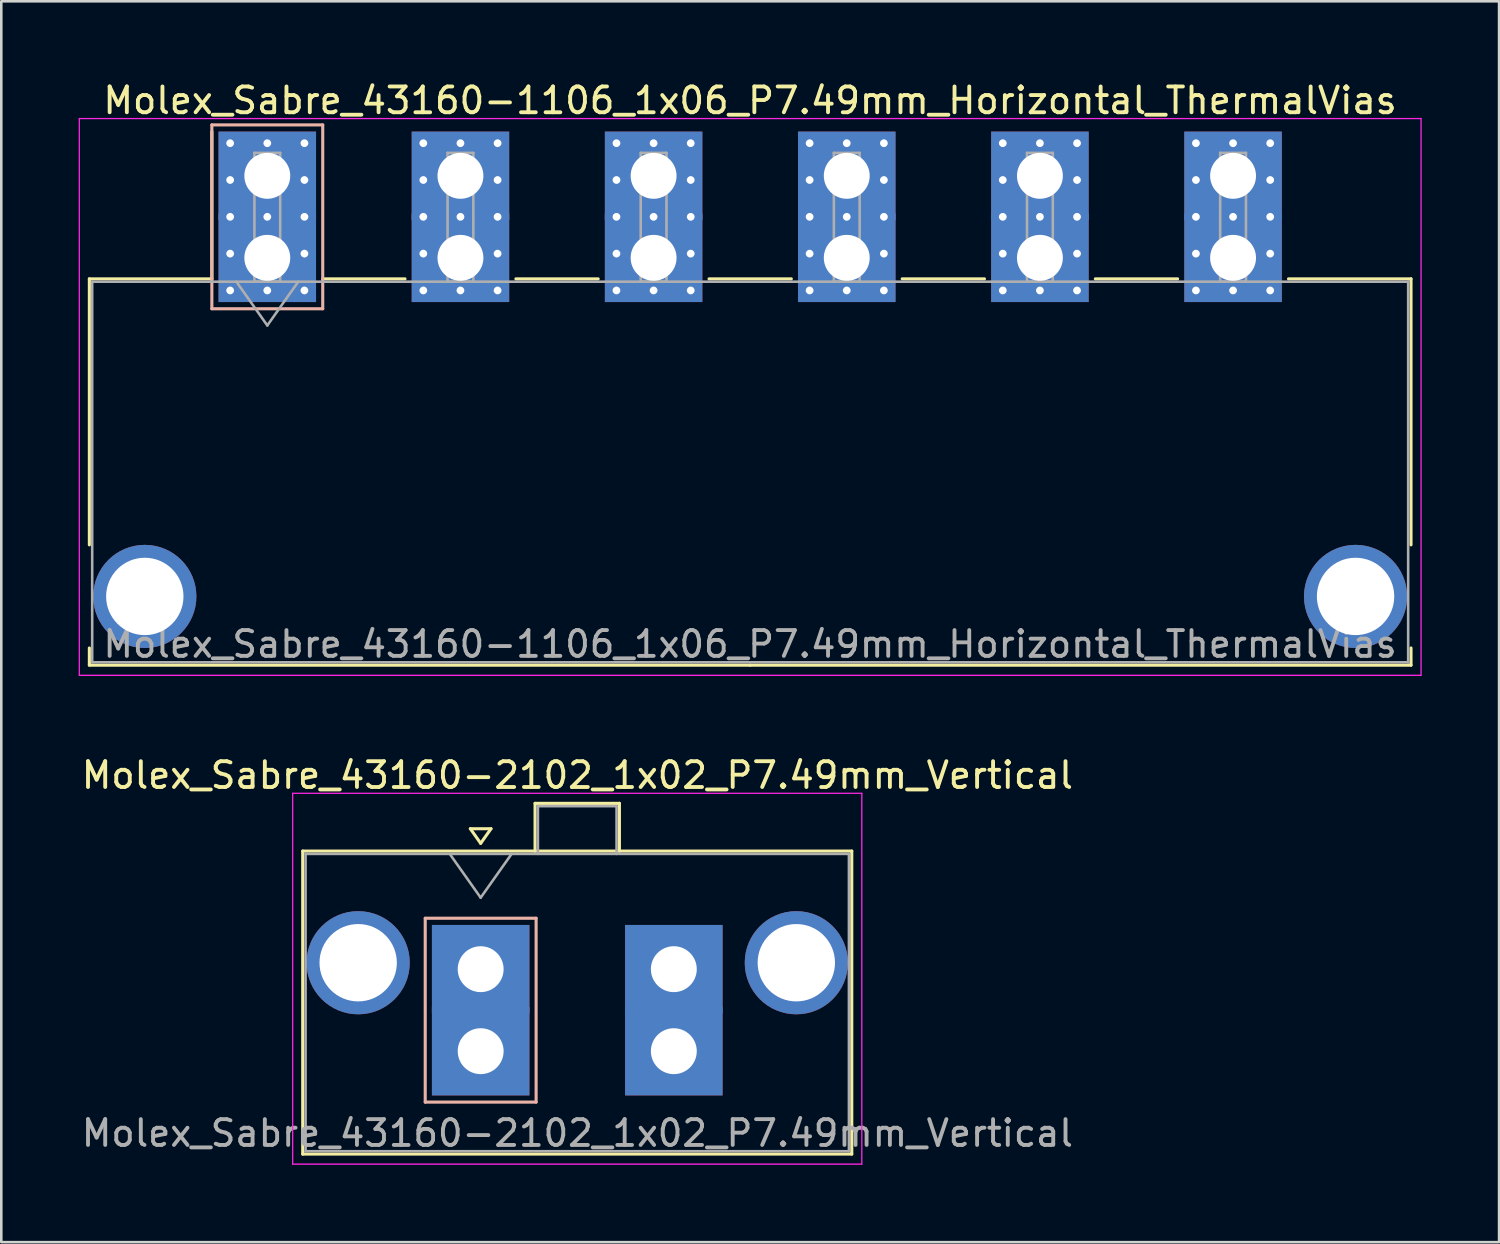
<source format=kicad_pcb>
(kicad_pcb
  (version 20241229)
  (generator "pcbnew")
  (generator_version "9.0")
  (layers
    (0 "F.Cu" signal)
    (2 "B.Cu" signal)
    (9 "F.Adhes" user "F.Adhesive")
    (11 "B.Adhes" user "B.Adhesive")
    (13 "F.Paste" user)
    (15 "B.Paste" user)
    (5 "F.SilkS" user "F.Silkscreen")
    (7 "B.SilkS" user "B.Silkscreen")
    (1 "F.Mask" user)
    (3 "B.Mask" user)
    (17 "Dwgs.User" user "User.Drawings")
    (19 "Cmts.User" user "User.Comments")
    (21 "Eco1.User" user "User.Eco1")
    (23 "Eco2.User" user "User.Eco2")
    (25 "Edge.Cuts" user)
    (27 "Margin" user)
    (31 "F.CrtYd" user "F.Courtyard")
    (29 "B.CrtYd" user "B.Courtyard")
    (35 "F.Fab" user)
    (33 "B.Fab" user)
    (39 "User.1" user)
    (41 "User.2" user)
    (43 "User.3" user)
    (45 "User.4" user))
  (footprint "Molex_Sabre_43160-2102_1x02_P7.49mm_Vertical"
    (layer "F.Cu")
    (at 15.589 37.712)
    (property "Reference" "Molex_Sabre_43160-2102_1x02_P7.49mm_Vertical" (at 3.75 -10.7 0) (layer "F.SilkS") (effects (font (size 1 1) (thickness 0.15))))
    (attr through_hole)
    (fp_line (start -6.9 -7.76) (end -6.9 3.99) (stroke (width 0.12) (type solid)) (layer "F.SilkS"))
    (fp_line (start -6.9 3.99) (end 14.39 3.99) (stroke (width 0.12) (type solid)) (layer "F.SilkS"))
    (fp_line (start -0.4 -8.626) (end 0 -8.06) (stroke (width 0.12) (type solid)) (layer "F.SilkS"))
    (fp_line (start 0 -8.06) (end 0.4 -8.626) (stroke (width 0.12) (type solid)) (layer "F.SilkS"))
    (fp_line (start 0.4 -8.626) (end -0.4 -8.626) (stroke (width 0.12) (type solid)) (layer "F.SilkS"))
    (fp_line (start 2.11 -9.61) (end 5.38 -9.61) (stroke (width 0.12) (type solid)) (layer "F.SilkS"))
    (fp_line (start 2.11 -7.76) (end 2.11 -9.61) (stroke (width 0.12) (type solid)) (layer "F.SilkS"))
    (fp_line (start 5.38 -9.61) (end 5.38 -7.76) (stroke (width 0.12) (type solid)) (layer "F.SilkS"))
    (fp_line (start 14.39 -7.76) (end -6.9 -7.76) (stroke (width 0.12) (type solid)) (layer "F.SilkS"))
    (fp_line (start 14.39 3.99) (end 14.39 -7.76) (stroke (width 0.12) (type solid)) (layer "F.SilkS"))
    (fp_line (start -2.15 -5.155) (end -2.15 1.975) (stroke (width 0.12) (type solid)) (layer "B.SilkS"))
    (fp_line (start -2.15 1.975) (end 2.15 1.975) (stroke (width 0.12) (type solid)) (layer "B.SilkS"))
    (fp_line (start 2.15 -5.155) (end -2.15 -5.155) (stroke (width 0.12) (type solid)) (layer "B.SilkS"))
    (fp_line (start 2.15 1.975) (end 2.15 -5.155) (stroke (width 0.12) (type solid)) (layer "B.SilkS"))
    (fp_line (start -7.29 -10) (end -7.29 4.38) (stroke (width 0.05) (type solid)) (layer "F.CrtYd"))
    (fp_line (start -7.29 4.38) (end 14.78 4.38) (stroke (width 0.05) (type solid)) (layer "F.CrtYd"))
    (fp_line (start 14.78 -10) (end -7.29 -10) (stroke (width 0.05) (type solid)) (layer "F.CrtYd"))
    (fp_line (start 14.78 4.38) (end 14.78 -10) (stroke (width 0.05) (type solid)) (layer "F.CrtYd"))
    (fp_line (start -6.79 -7.65) (end -6.79 3.88) (stroke (width 0.1) (type solid)) (layer "F.Fab"))
    (fp_line (start -6.79 3.88) (end 14.28 3.88) (stroke (width 0.1) (type solid)) (layer "F.Fab"))
    (fp_line (start -1.2 -7.65) (end 0 -5.953) (stroke (width 0.1) (type solid)) (layer "F.Fab"))
    (fp_line (start 0 -5.953) (end 1.2 -7.65) (stroke (width 0.1) (type solid)) (layer "F.Fab"))
    (fp_line (start 2.22 -9.5) (end 5.27 -9.5) (stroke (width 0.1) (type solid)) (layer "F.Fab"))
    (fp_line (start 2.22 -7.65) (end 2.22 -9.5) (stroke (width 0.1) (type solid)) (layer "F.Fab"))
    (fp_line (start 5.27 -9.5) (end 5.27 -7.65) (stroke (width 0.1) (type solid)) (layer "F.Fab"))
    (fp_line (start 14.28 -7.65) (end -6.79 -7.65) (stroke (width 0.1) (type solid)) (layer "F.Fab"))
    (fp_line (start 14.28 3.88) (end 14.28 -7.65) (stroke (width 0.1) (type solid)) (layer "F.Fab"))
    (fp_text user "${REFERENCE}" (at 3.75 3.18 0) (layer "F.Fab") (effects (font (size 1 1) (thickness 0.15))))
    (pad "" thru_hole circle (at -4.75 -3.43) (size 4 4) (drill 3) (layers "*.Cu" "*.Mask"))
    (pad "" thru_hole circle (at 12.24 -3.43) (size 4 4) (drill 3) (layers "*.Cu" "*.Mask"))
    (pad "1" thru_hole rect (at 0 -3.18) (size 3.78 3.43) (drill 1.78) (layers "*.Cu" "*.Mask"))
    (pad "1" thru_hole rect (at 0 0) (size 3.78 3.43) (drill 1.78) (layers "*.Cu" "*.Mask"))
    (pad "2" thru_hole rect (at 7.49 -3.18) (size 3.78 3.43) (drill 1.78) (layers "*.Cu" "*.Mask"))
    (pad "2" thru_hole rect (at 7.49 0) (size 3.78 3.43) (drill 1.78) (layers "*.Cu" "*.Mask")))
  (footprint "Molex_Sabre_43160-1106_1x06_P7.49mm_Horizontal_ThermalVias"
    (layer "F.Cu")
    (at 7.315 6.948)
    (property "Reference" "Molex_Sabre_43160-1106_1x06_P7.49mm_Horizontal_ThermalVias" (at 18.72 -6.1 0) (layer "F.SilkS") (effects (font (size 1 1) (thickness 0.15))))
    (attr through_hole)
    (fp_line (start -6.9 0.815) (end -6.9 11.13) (stroke (width 0.12) (type solid)) (layer "F.SilkS"))
    (fp_line (start -6.9 15.13) (end -6.9 15.795) (stroke (width 0.12) (type solid)) (layer "F.SilkS"))
    (fp_line (start -6.9 15.795) (end 18.725 15.795) (stroke (width 0.12) (type solid)) (layer "F.SilkS"))
    (fp_line (start -2.15 0.815) (end -6.9 0.815) (stroke (width 0.12) (type solid)) (layer "F.SilkS"))
    (fp_line (start -2.15 0.815) (end -2.15 -4.895) (stroke (width 0.12) (type solid)) (layer "F.SilkS"))
    (fp_line (start 2.15 0.815) (end 5.34 0.815) (stroke (width 0.12) (type solid)) (layer "F.SilkS"))
    (fp_line (start 9.64 0.815) (end 12.83 0.815) (stroke (width 0.12) (type solid)) (layer "F.SilkS"))
    (fp_line (start 17.13 0.815) (end 20.32 0.815) (stroke (width 0.12) (type solid)) (layer "F.SilkS"))
    (fp_line (start 24.62 0.815) (end 27.81 0.815) (stroke (width 0.12) (type solid)) (layer "F.SilkS"))
    (fp_line (start 32.11 0.815) (end 35.3 0.815) (stroke (width 0.12) (type solid)) (layer "F.SilkS"))
    (fp_line (start 39.6 0.815) (end 44.35 0.815) (stroke (width 0.12) (type solid)) (layer "F.SilkS"))
    (fp_line (start 44.35 0.815) (end 44.35 11.13) (stroke (width 0.12) (type solid)) (layer "F.SilkS"))
    (fp_line (start 44.35 15.13) (end 44.35 15.795) (stroke (width 0.12) (type solid)) (layer "F.SilkS"))
    (fp_line (start 44.35 15.795) (end 18.725 15.795) (stroke (width 0.12) (type solid)) (layer "F.SilkS"))
    (fp_line (start -2.15 -5.155) (end -2.15 1.975) (stroke (width 0.12) (type solid)) (layer "B.SilkS"))
    (fp_line (start -2.15 1.975) (end 2.15 1.975) (stroke (width 0.12) (type solid)) (layer "B.SilkS"))
    (fp_line (start 2.15 -5.155) (end -2.15 -5.155) (stroke (width 0.12) (type solid)) (layer "B.SilkS"))
    (fp_line (start 2.15 1.975) (end 2.15 -5.155) (stroke (width 0.12) (type solid)) (layer "B.SilkS"))
    (fp_line (start -7.29 -5.4) (end -7.29 16.19) (stroke (width 0.05) (type solid)) (layer "F.CrtYd"))
    (fp_line (start -7.29 16.19) (end 44.74 16.19) (stroke (width 0.05) (type solid)) (layer "F.CrtYd"))
    (fp_line (start 44.74 -5.4) (end -7.29 -5.4) (stroke (width 0.05) (type solid)) (layer "F.CrtYd"))
    (fp_line (start 44.74 16.19) (end 44.74 -5.4) (stroke (width 0.05) (type solid)) (layer "F.CrtYd"))
    (fp_line (start -6.79 0.925) (end -6.79 15.685) (stroke (width 0.1) (type solid)) (layer "F.Fab"))
    (fp_line (start -6.79 15.685) (end 44.24 15.685) (stroke (width 0.1) (type solid)) (layer "F.Fab"))
    (fp_line (start -1.2 0.925) (end 0 2.622) (stroke (width 0.1) (type solid)) (layer "F.Fab"))
    (fp_line (start -0.5 -4.07) (end 0.5 -4.07) (stroke (width 0.1) (type solid)) (layer "F.Fab"))
    (fp_line (start -0.5 0.925) (end -0.5 -4.07) (stroke (width 0.1) (type solid)) (layer "F.Fab"))
    (fp_line (start 0 2.622) (end 1.2 0.925) (stroke (width 0.1) (type solid)) (layer "F.Fab"))
    (fp_line (start 0.5 -4.07) (end 0.5 0.925) (stroke (width 0.1) (type solid)) (layer "F.Fab"))
    (fp_line (start 0.5 0.925) (end -0.5 0.925) (stroke (width 0.1) (type solid)) (layer "F.Fab"))
    (fp_line (start 6.99 -4.07) (end 7.99 -4.07) (stroke (width 0.1) (type solid)) (layer "F.Fab"))
    (fp_line (start 6.99 0.925) (end 6.99 -4.07) (stroke (width 0.1) (type solid)) (layer "F.Fab"))
    (fp_line (start 7.99 -4.07) (end 7.99 0.925) (stroke (width 0.1) (type solid)) (layer "F.Fab"))
    (fp_line (start 7.99 0.925) (end 6.99 0.925) (stroke (width 0.1) (type solid)) (layer "F.Fab"))
    (fp_line (start 14.48 -4.07) (end 15.48 -4.07) (stroke (width 0.1) (type solid)) (layer "F.Fab"))
    (fp_line (start 14.48 0.925) (end 14.48 -4.07) (stroke (width 0.1) (type solid)) (layer "F.Fab"))
    (fp_line (start 15.48 -4.07) (end 15.48 0.925) (stroke (width 0.1) (type solid)) (layer "F.Fab"))
    (fp_line (start 15.48 0.925) (end 14.48 0.925) (stroke (width 0.1) (type solid)) (layer "F.Fab"))
    (fp_line (start 21.97 -4.07) (end 22.97 -4.07) (stroke (width 0.1) (type solid)) (layer "F.Fab"))
    (fp_line (start 21.97 0.925) (end 21.97 -4.07) (stroke (width 0.1) (type solid)) (layer "F.Fab"))
    (fp_line (start 22.97 -4.07) (end 22.97 0.925) (stroke (width 0.1) (type solid)) (layer "F.Fab"))
    (fp_line (start 22.97 0.925) (end 21.97 0.925) (stroke (width 0.1) (type solid)) (layer "F.Fab"))
    (fp_line (start 29.46 -4.07) (end 30.46 -4.07) (stroke (width 0.1) (type solid)) (layer "F.Fab"))
    (fp_line (start 29.46 0.925) (end 29.46 -4.07) (stroke (width 0.1) (type solid)) (layer "F.Fab"))
    (fp_line (start 30.46 -4.07) (end 30.46 0.925) (stroke (width 0.1) (type solid)) (layer "F.Fab"))
    (fp_line (start 30.46 0.925) (end 29.46 0.925) (stroke (width 0.1) (type solid)) (layer "F.Fab"))
    (fp_line (start 36.95 -4.07) (end 37.95 -4.07) (stroke (width 0.1) (type solid)) (layer "F.Fab"))
    (fp_line (start 36.95 0.925) (end 36.95 -4.07) (stroke (width 0.1) (type solid)) (layer "F.Fab"))
    (fp_line (start 37.95 -4.07) (end 37.95 0.925) (stroke (width 0.1) (type solid)) (layer "F.Fab"))
    (fp_line (start 37.95 0.925) (end 36.95 0.925) (stroke (width 0.1) (type solid)) (layer "F.Fab"))
    (fp_line (start 44.24 0.925) (end -6.79 0.925) (stroke (width 0.1) (type solid)) (layer "F.Fab"))
    (fp_line (start 44.24 15.685) (end 44.24 0.925) (stroke (width 0.1) (type solid)) (layer "F.Fab"))
    (fp_text user "${REFERENCE}" (at 18.72 14.98 0) (layer "F.Fab") (effects (font (size 1 1) (thickness 0.15))))
    (pad "" thru_hole circle (at -4.75 13.13) (size 4 4) (drill 3) (layers "*.Cu" "*.Mask"))
    (pad "" thru_hole circle (at 42.2 13.13) (size 4 4) (drill 3) (layers "*.Cu" "*.Mask"))
    (pad "1" thru_hole rect (at -1.44 -4.445) (size 0.6 0.6) (drill 0.3) (layers "*.Cu" "*.Mask"))
    (pad "1" thru_hole rect (at -1.44 -3.018) (size 0.6 0.6) (drill 0.3) (layers "*.Cu" "*.Mask"))
    (pad "1" thru_hole rect (at -1.44 -1.59) (size 0.6 0.6) (drill 0.3) (layers "*.Cu" "*.Mask"))
    (pad "1" thru_hole rect (at -1.44 -0.163) (size 0.6 0.6) (drill 0.3) (layers "*.Cu" "*.Mask"))
    (pad "1" thru_hole rect (at -1.44 1.265) (size 0.6 0.6) (drill 0.3) (layers "*.Cu" "*.Mask"))
    (pad "1" thru_hole rect (at 0 -4.445) (size 0.6 0.6) (drill 0.3) (layers "*.Cu" "*.Mask"))
    (pad "1" thru_hole rect (at 0 -3.18) (size 3.78 3.43) (drill 1.78) (layers "*.Cu" "*.Mask"))
    (pad "1" thru_hole rect (at 0 -1.59) (size 0.6 0.6) (drill 0.3) (layers "*.Cu" "*.Mask"))
    (pad "1" thru_hole rect (at 0 0) (size 3.78 3.43) (drill 1.78) (layers "*.Cu" "*.Mask"))
    (pad "1" thru_hole rect (at 0 1.265) (size 0.6 0.6) (drill 0.3) (layers "*.Cu" "*.Mask"))
    (pad "1" thru_hole rect (at 1.44 -4.445) (size 0.6 0.6) (drill 0.3) (layers "*.Cu" "*.Mask"))
    (pad "1" thru_hole rect (at 1.44 -3.018) (size 0.6 0.6) (drill 0.3) (layers "*.Cu" "*.Mask"))
    (pad "1" thru_hole rect (at 1.44 -1.59) (size 0.6 0.6) (drill 0.3) (layers "*.Cu" "*.Mask"))
    (pad "1" thru_hole rect (at 1.44 -0.163) (size 0.6 0.6) (drill 0.3) (layers "*.Cu" "*.Mask"))
    (pad "1" thru_hole rect (at 1.44 1.265) (size 0.6 0.6) (drill 0.3) (layers "*.Cu" "*.Mask"))
    (pad "2" thru_hole circle (at 6.05 -4.445) (size 0.6 0.6) (drill 0.3) (layers "*.Cu" "*.Mask"))
    (pad "2" thru_hole circle (at 6.05 -3.018) (size 0.6 0.6) (drill 0.3) (layers "*.Cu" "*.Mask"))
    (pad "2" thru_hole circle (at 6.05 -1.59) (size 0.6 0.6) (drill 0.3) (layers "*.Cu" "*.Mask"))
    (pad "2" thru_hole circle (at 6.05 -0.163) (size 0.6 0.6) (drill 0.3) (layers "*.Cu" "*.Mask"))
    (pad "2" thru_hole circle (at 6.05 1.265) (size 0.6 0.6) (drill 0.3) (layers "*.Cu" "*.Mask"))
    (pad "2" thru_hole circle (at 7.49 -4.445) (size 0.6 0.6) (drill 0.3) (layers "*.Cu" "*.Mask"))
    (pad "2" thru_hole rect (at 7.49 -3.18) (size 3.78 3.43) (drill 1.78) (layers "*.Cu" "*.Mask"))
    (pad "2" thru_hole circle (at 7.49 -1.59) (size 0.6 0.6) (drill 0.3) (layers "*.Cu" "*.Mask"))
    (pad "2" thru_hole rect (at 7.49 0) (size 3.78 3.43) (drill 1.78) (layers "*.Cu" "*.Mask"))
    (pad "2" thru_hole circle (at 7.49 1.265) (size 0.6 0.6) (drill 0.3) (layers "*.Cu" "*.Mask"))
    (pad "2" thru_hole circle (at 8.93 -4.445) (size 0.6 0.6) (drill 0.3) (layers "*.Cu" "*.Mask"))
    (pad "2" thru_hole circle (at 8.93 -3.018) (size 0.6 0.6) (drill 0.3) (layers "*.Cu" "*.Mask"))
    (pad "2" thru_hole circle (at 8.93 -1.59) (size 0.6 0.6) (drill 0.3) (layers "*.Cu" "*.Mask"))
    (pad "2" thru_hole circle (at 8.93 -0.163) (size 0.6 0.6) (drill 0.3) (layers "*.Cu" "*.Mask"))
    (pad "2" thru_hole circle (at 8.93 1.265) (size 0.6 0.6) (drill 0.3) (layers "*.Cu" "*.Mask"))
    (pad "3" thru_hole circle (at 13.54 -4.445) (size 0.6 0.6) (drill 0.3) (layers "*.Cu" "*.Mask"))
    (pad "3" thru_hole circle (at 13.54 -3.018) (size 0.6 0.6) (drill 0.3) (layers "*.Cu" "*.Mask"))
    (pad "3" thru_hole circle (at 13.54 -1.59) (size 0.6 0.6) (drill 0.3) (layers "*.Cu" "*.Mask"))
    (pad "3" thru_hole circle (at 13.54 -0.163) (size 0.6 0.6) (drill 0.3) (layers "*.Cu" "*.Mask"))
    (pad "3" thru_hole circle (at 13.54 1.265) (size 0.6 0.6) (drill 0.3) (layers "*.Cu" "*.Mask"))
    (pad "3" thru_hole circle (at 14.98 -4.445) (size 0.6 0.6) (drill 0.3) (layers "*.Cu" "*.Mask"))
    (pad "3" thru_hole rect (at 14.98 -3.18) (size 3.78 3.43) (drill 1.78) (layers "*.Cu" "*.Mask"))
    (pad "3" thru_hole circle (at 14.98 -1.59) (size 0.6 0.6) (drill 0.3) (layers "*.Cu" "*.Mask"))
    (pad "3" thru_hole rect (at 14.98 0) (size 3.78 3.43) (drill 1.78) (layers "*.Cu" "*.Mask"))
    (pad "3" thru_hole circle (at 14.98 1.265) (size 0.6 0.6) (drill 0.3) (layers "*.Cu" "*.Mask"))
    (pad "3" thru_hole circle (at 16.42 -4.445) (size 0.6 0.6) (drill 0.3) (layers "*.Cu" "*.Mask"))
    (pad "3" thru_hole circle (at 16.42 -3.018) (size 0.6 0.6) (drill 0.3) (layers "*.Cu" "*.Mask"))
    (pad "3" thru_hole circle (at 16.42 -1.59) (size 0.6 0.6) (drill 0.3) (layers "*.Cu" "*.Mask"))
    (pad "3" thru_hole circle (at 16.42 -0.163) (size 0.6 0.6) (drill 0.3) (layers "*.Cu" "*.Mask"))
    (pad "3" thru_hole circle (at 16.42 1.265) (size 0.6 0.6) (drill 0.3) (layers "*.Cu" "*.Mask"))
    (pad "4" thru_hole circle (at 21.03 -4.445) (size 0.6 0.6) (drill 0.3) (layers "*.Cu" "*.Mask"))
    (pad "4" thru_hole circle (at 21.03 -3.018) (size 0.6 0.6) (drill 0.3) (layers "*.Cu" "*.Mask"))
    (pad "4" thru_hole circle (at 21.03 -1.59) (size 0.6 0.6) (drill 0.3) (layers "*.Cu" "*.Mask"))
    (pad "4" thru_hole circle (at 21.03 -0.163) (size 0.6 0.6) (drill 0.3) (layers "*.Cu" "*.Mask"))
    (pad "4" thru_hole circle (at 21.03 1.265) (size 0.6 0.6) (drill 0.3) (layers "*.Cu" "*.Mask"))
    (pad "4" thru_hole circle (at 22.47 -4.445) (size 0.6 0.6) (drill 0.3) (layers "*.Cu" "*.Mask"))
    (pad "4" thru_hole rect (at 22.47 -3.18) (size 3.78 3.43) (drill 1.78) (layers "*.Cu" "*.Mask"))
    (pad "4" thru_hole circle (at 22.47 -1.59) (size 0.6 0.6) (drill 0.3) (layers "*.Cu" "*.Mask"))
    (pad "4" thru_hole rect (at 22.47 0) (size 3.78 3.43) (drill 1.78) (layers "*.Cu" "*.Mask"))
    (pad "4" thru_hole circle (at 22.47 1.265) (size 0.6 0.6) (drill 0.3) (layers "*.Cu" "*.Mask"))
    (pad "4" thru_hole circle (at 23.91 -4.445) (size 0.6 0.6) (drill 0.3) (layers "*.Cu" "*.Mask"))
    (pad "4" thru_hole circle (at 23.91 -3.018) (size 0.6 0.6) (drill 0.3) (layers "*.Cu" "*.Mask"))
    (pad "4" thru_hole circle (at 23.91 -1.59) (size 0.6 0.6) (drill 0.3) (layers "*.Cu" "*.Mask"))
    (pad "4" thru_hole circle (at 23.91 -0.163) (size 0.6 0.6) (drill 0.3) (layers "*.Cu" "*.Mask"))
    (pad "4" thru_hole circle (at 23.91 1.265) (size 0.6 0.6) (drill 0.3) (layers "*.Cu" "*.Mask"))
    (pad "5" thru_hole circle (at 28.52 -4.445) (size 0.6 0.6) (drill 0.3) (layers "*.Cu" "*.Mask"))
    (pad "5" thru_hole circle (at 28.52 -3.018) (size 0.6 0.6) (drill 0.3) (layers "*.Cu" "*.Mask"))
    (pad "5" thru_hole circle (at 28.52 -1.59) (size 0.6 0.6) (drill 0.3) (layers "*.Cu" "*.Mask"))
    (pad "5" thru_hole circle (at 28.52 -0.163) (size 0.6 0.6) (drill 0.3) (layers "*.Cu" "*.Mask"))
    (pad "5" thru_hole circle (at 28.52 1.265) (size 0.6 0.6) (drill 0.3) (layers "*.Cu" "*.Mask"))
    (pad "5" thru_hole circle (at 29.96 -4.445) (size 0.6 0.6) (drill 0.3) (layers "*.Cu" "*.Mask"))
    (pad "5" thru_hole rect (at 29.96 -3.18) (size 3.78 3.43) (drill 1.78) (layers "*.Cu" "*.Mask"))
    (pad "5" thru_hole circle (at 29.96 -1.59) (size 0.6 0.6) (drill 0.3) (layers "*.Cu" "*.Mask"))
    (pad "5" thru_hole rect (at 29.96 0) (size 3.78 3.43) (drill 1.78) (layers "*.Cu" "*.Mask"))
    (pad "5" thru_hole circle (at 29.96 1.265) (size 0.6 0.6) (drill 0.3) (layers "*.Cu" "*.Mask"))
    (pad "5" thru_hole circle (at 31.4 -4.445) (size 0.6 0.6) (drill 0.3) (layers "*.Cu" "*.Mask"))
    (pad "5" thru_hole circle (at 31.4 -3.018) (size 0.6 0.6) (drill 0.3) (layers "*.Cu" "*.Mask"))
    (pad "5" thru_hole circle (at 31.4 -1.59) (size 0.6 0.6) (drill 0.3) (layers "*.Cu" "*.Mask"))
    (pad "5" thru_hole circle (at 31.4 -0.163) (size 0.6 0.6) (drill 0.3) (layers "*.Cu" "*.Mask"))
    (pad "5" thru_hole circle (at 31.4 1.265) (size 0.6 0.6) (drill 0.3) (layers "*.Cu" "*.Mask"))
    (pad "6" thru_hole circle (at 36.01 -4.445) (size 0.6 0.6) (drill 0.3) (layers "*.Cu" "*.Mask"))
    (pad "6" thru_hole circle (at 36.01 -3.018) (size 0.6 0.6) (drill 0.3) (layers "*.Cu" "*.Mask"))
    (pad "6" thru_hole circle (at 36.01 -1.59) (size 0.6 0.6) (drill 0.3) (layers "*.Cu" "*.Mask"))
    (pad "6" thru_hole circle (at 36.01 -0.163) (size 0.6 0.6) (drill 0.3) (layers "*.Cu" "*.Mask"))
    (pad "6" thru_hole circle (at 36.01 1.265) (size 0.6 0.6) (drill 0.3) (layers "*.Cu" "*.Mask"))
    (pad "6" thru_hole circle (at 37.45 -4.445) (size 0.6 0.6) (drill 0.3) (layers "*.Cu" "*.Mask"))
    (pad "6" thru_hole rect (at 37.45 -3.18) (size 3.78 3.43) (drill 1.78) (layers "*.Cu" "*.Mask"))
    (pad "6" thru_hole circle (at 37.45 -1.59) (size 0.6 0.6) (drill 0.3) (layers "*.Cu" "*.Mask"))
    (pad "6" thru_hole rect (at 37.45 0) (size 3.78 3.43) (drill 1.78) (layers "*.Cu" "*.Mask"))
    (pad "6" thru_hole circle (at 37.45 1.265) (size 0.6 0.6) (drill 0.3) (layers "*.Cu" "*.Mask"))
    (pad "6" thru_hole circle (at 38.89 -4.445) (size 0.6 0.6) (drill 0.3) (layers "*.Cu" "*.Mask"))
    (pad "6" thru_hole circle (at 38.89 -3.018) (size 0.6 0.6) (drill 0.3) (layers "*.Cu" "*.Mask"))
    (pad "6" thru_hole circle (at 38.89 -1.59) (size 0.6 0.6) (drill 0.3) (layers "*.Cu" "*.Mask"))
    (pad "6" thru_hole circle (at 38.89 -0.163) (size 0.6 0.6) (drill 0.3) (layers "*.Cu" "*.Mask"))
    (pad "6" thru_hole circle (at 38.89 1.265) (size 0.6 0.6) (drill 0.3) (layers "*.Cu" "*.Mask")))
  (gr_rect
    (start -3 -3)
    (end 55.08 45.117)
    (stroke (width 0.1) (type default))
    (fill no)
    (layer "Edge.Cuts")))
</source>
